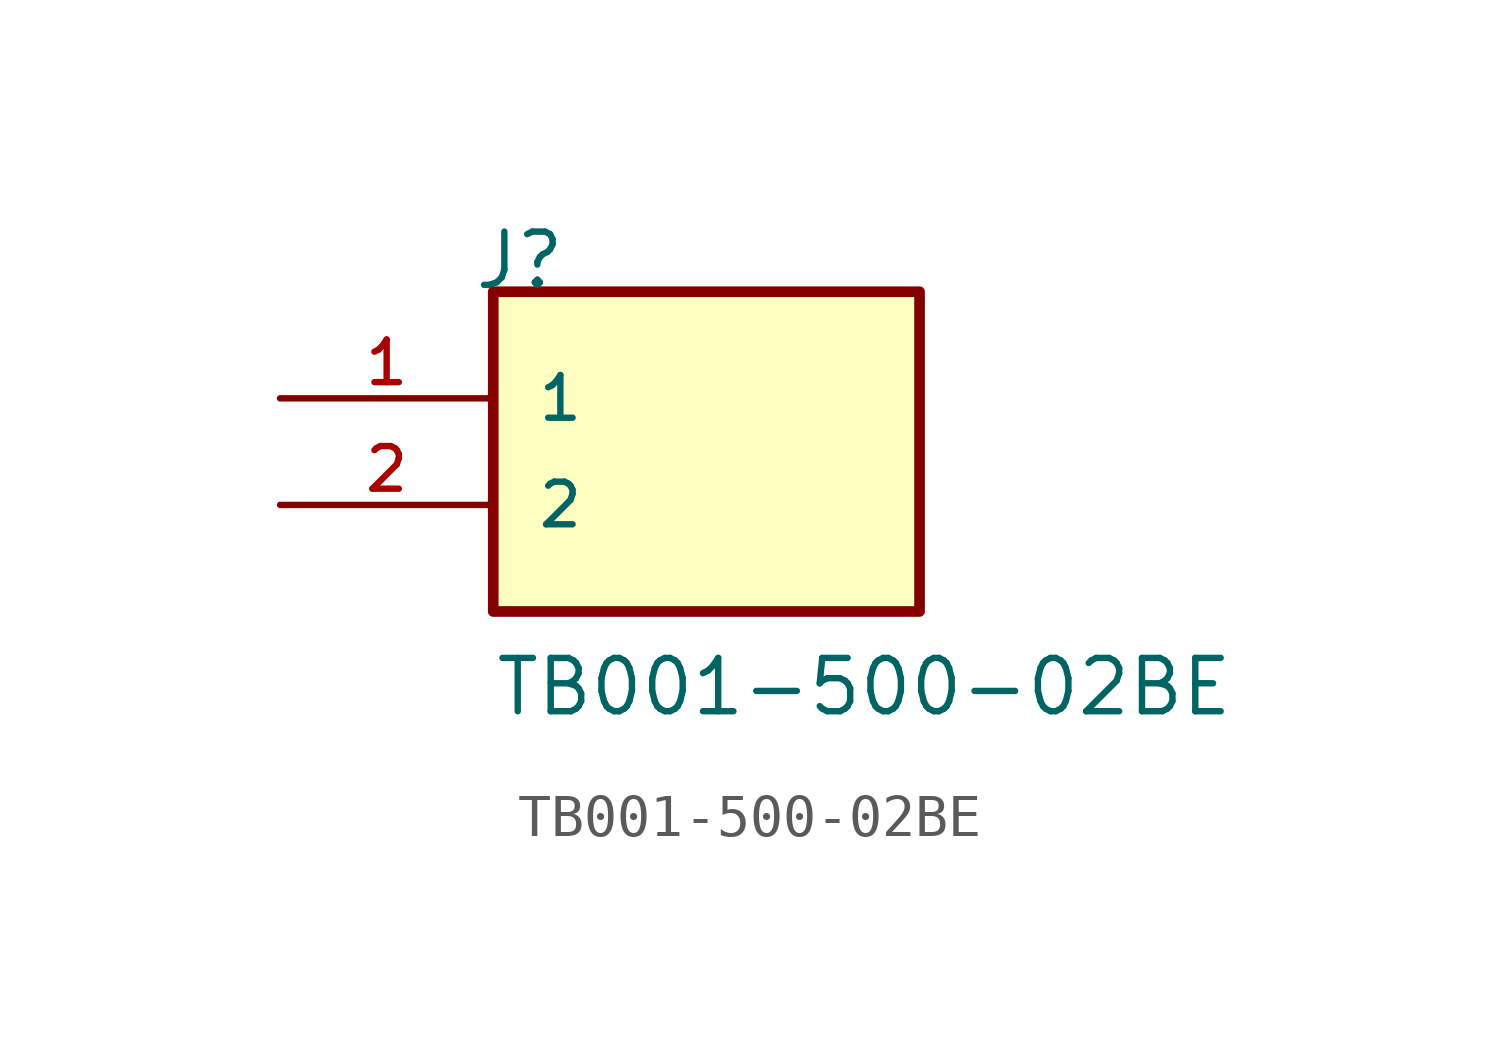
<source format=kicad_sym>
(kicad_symbol_lib
  (version 20211014)
  (generator kicad_symbol_editor)
  (symbol "TB001-500-02BE"
    (pin_names
      (offset 1.016))
    (property "Reference" "J"
      (at -5.58 5.08 0)
      (effects (font (size 1.27 1.27)) (justify bottom left)))
    (property "Value" "TB001-500-02BE"
      (at -5.08 -5.08 0)
      (effects (font (size 1.27 1.27)) (justify bottom left)))
    (symbol "TB001-500-02BE_0_0"
      (rectangle (start -5.08 -2.54) (end 5.08 5.08) (stroke (width 0.254)) (fill (type background)))
      (pin passive line (at -10.16 2.54 0) (length 5.08) (name "1" (effects (font (size 1.016 1.016)))) (number "1" (effects (font (size 1.016 1.016)))))
      (pin passive line (at -10.16 0.0 0) (length 5.08) (name "2" (effects (font (size 1.016 1.016)))) (number "2" (effects (font (size 1.016 1.016))))))))
</source>
